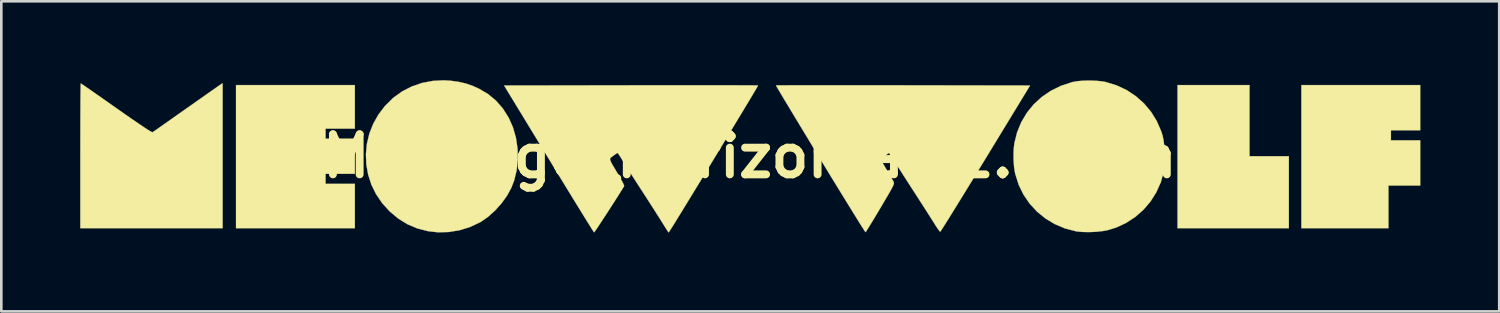
<source format=kicad_pcb>
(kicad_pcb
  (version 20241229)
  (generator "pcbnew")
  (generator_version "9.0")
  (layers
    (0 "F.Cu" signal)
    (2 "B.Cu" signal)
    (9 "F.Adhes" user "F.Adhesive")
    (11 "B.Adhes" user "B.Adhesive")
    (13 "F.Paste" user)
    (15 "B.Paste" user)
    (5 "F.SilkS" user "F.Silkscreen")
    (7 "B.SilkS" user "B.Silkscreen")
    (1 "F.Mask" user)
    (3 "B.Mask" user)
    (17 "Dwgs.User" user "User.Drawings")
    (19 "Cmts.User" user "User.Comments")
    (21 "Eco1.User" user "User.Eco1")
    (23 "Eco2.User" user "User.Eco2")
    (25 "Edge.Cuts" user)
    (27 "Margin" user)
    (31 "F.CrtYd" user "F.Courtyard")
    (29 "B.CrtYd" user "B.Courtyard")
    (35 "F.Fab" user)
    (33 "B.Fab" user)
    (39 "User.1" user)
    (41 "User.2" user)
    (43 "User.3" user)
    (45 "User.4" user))
  (footprint "MW_Logo_Horizontal_2.0inch"
    (layer "F.Cu")
    (at 25.469 2.892)
    (property "Reference" "MW_Logo_Horizontal_2.0inch" (at 0 0 0) (layer "F.SilkS") (effects (font (size 1.524 1.524) (thickness 0.3))))
    (attr through_hole)
    (fp_poly (pts (xy 19.002 0) (xy 20.498 0) (xy 20.498 2.737) (xy 16.265 2.737) (xy 16.265 -2.706) (xy 19.002 -2.706) (xy 19.002 0)) (stroke (width 0.01) (type solid)) (fill yes) (layer "F.SilkS"))
    (fp_poly (pts (xy 25.495 -0.987) (xy 24.381 -0.987) (xy 24.381 -0.605) (xy 25.495 -0.605) (xy 25.495 1.114) (xy 24.286 1.114) (xy 24.286 2.737) (xy 20.976 2.737) (xy 20.976 -2.706) (xy 25.495 -2.706) (xy 25.495 -0.987)) (stroke (width 0.01) (type solid)) (fill yes) (layer "F.SilkS"))
    (fp_poly (pts (xy -15.024 -1.05) (xy -16.138 -1.05) (xy -16.138 -0.668) (xy -15.024 -0.668) (xy -15.024 0.668) (xy -16.138 0.668) (xy -16.138 1.05) (xy -15.024 1.05) (xy -15.024 2.737) (xy -19.543 2.737) (xy -19.543 -2.706) (xy -15.024 -2.706) (xy -15.024 -1.05)) (stroke (width 0.01) (type solid)) (fill yes) (layer "F.SilkS"))
    (fp_poly (pts (xy -20.053 2.737) (xy -25.464 2.737) (xy -25.464 -0.016) (xy -25.463 -0.428) (xy -25.463 -0.822) (xy -25.462 -1.193) (xy -25.461 -1.535) (xy -25.459 -1.846) (xy -25.458 -2.119) (xy -25.456 -2.35) (xy -25.453 -2.535) (xy -25.451 -2.67) (xy -25.449 -2.749) (xy -25.447 -2.769) (xy -25.418 -2.751) (xy -25.342 -2.7) (xy -25.225 -2.619) (xy -25.07 -2.512) (xy -24.883 -2.381) (xy -24.668 -2.232) (xy -24.431 -2.065) (xy -24.177 -1.887) (xy -24.094 -1.828) (xy -23.772 -1.602) (xy -23.488 -1.405) (xy -23.246 -1.24) (xy -23.048 -1.106) (xy -22.894 -1.006) (xy -22.787 -0.941) (xy -22.729 -0.912) (xy -22.719 -0.911) (xy -22.685 -0.934) (xy -22.605 -0.989) (xy -22.483 -1.074) (xy -22.326 -1.185) (xy -22.137 -1.317) (xy -21.923 -1.468) (xy -21.689 -1.633) (xy -21.453 -1.799) (xy -21.202 -1.975) (xy -20.965 -2.142) (xy -20.747 -2.295) (xy -20.554 -2.431) (xy -20.391 -2.545) (xy -20.264 -2.634) (xy -20.178 -2.694) (xy -20.14 -2.719) (xy -20.053 -2.776) (xy -20.053 2.737)) (stroke (width 0.01) (type solid)) (fill yes) (layer "F.SilkS"))
    (fp_poly (pts (xy -11.369 -2.87) (xy -11.06 -2.826) (xy -10.789 -2.762) (xy -10.531 -2.671) (xy -10.297 -2.565) (xy -9.953 -2.361) (xy -9.653 -2.112) (xy -9.395 -1.816) (xy -9.176 -1.47) (xy -9.17 -1.459) (xy -9.007 -1.09) (xy -8.895 -0.695) (xy -8.835 -0.284) (xy -8.827 0.13) (xy -8.871 0.539) (xy -8.968 0.932) (xy -9.072 1.201) (xy -9.234 1.497) (xy -9.443 1.788) (xy -9.686 2.06) (xy -9.951 2.299) (xy -10.225 2.491) (xy -10.257 2.509) (xy -10.635 2.688) (xy -11.036 2.813) (xy -11.451 2.882) (xy -11.868 2.892) (xy -12.238 2.85) (xy -12.643 2.747) (xy -13.017 2.589) (xy -13.366 2.375) (xy -13.694 2.102) (xy -13.701 2.096) (xy -13.987 1.78) (xy -14.218 1.439) (xy -14.396 1.076) (xy -14.518 0.697) (xy -14.587 0.309) (xy -14.602 -0.083) (xy -14.564 -0.474) (xy -14.472 -0.858) (xy -14.326 -1.23) (xy -14.128 -1.583) (xy -13.877 -1.912) (xy -13.573 -2.212) (xy -13.548 -2.233) (xy -13.219 -2.469) (xy -12.856 -2.654) (xy -12.467 -2.787) (xy -12.058 -2.865) (xy -11.639 -2.887) (xy -11.369 -2.87)) (stroke (width 0.01) (type solid)) (fill yes) (layer "F.SilkS"))
    (fp_poly (pts (xy 13.199 -2.868) (xy 13.424 -2.843) (xy 13.54 -2.821) (xy 13.951 -2.694) (xy 14.333 -2.514) (xy 14.68 -2.284) (xy 14.99 -2.008) (xy 15.256 -1.691) (xy 15.476 -1.337) (xy 15.644 -0.949) (xy 15.693 -0.796) (xy 15.735 -0.601) (xy 15.765 -0.365) (xy 15.782 -0.107) (xy 15.784 0.151) (xy 15.771 0.39) (xy 15.745 0.58) (xy 15.629 0.989) (xy 15.458 1.371) (xy 15.237 1.721) (xy 14.97 2.034) (xy 14.661 2.306) (xy 14.315 2.533) (xy 13.936 2.709) (xy 13.639 2.803) (xy 13.428 2.845) (xy 13.18 2.872) (xy 12.92 2.885) (xy 12.669 2.881) (xy 12.449 2.861) (xy 12.393 2.852) (xy 11.978 2.742) (xy 11.591 2.578) (xy 11.237 2.364) (xy 10.919 2.104) (xy 10.642 1.803) (xy 10.41 1.465) (xy 10.227 1.094) (xy 10.099 0.694) (xy 10.076 0.595) (xy 10.048 0.402) (xy 10.032 0.171) (xy 10.028 -0.072) (xy 10.037 -0.302) (xy 10.06 -0.495) (xy 10.06 -0.495) (xy 10.164 -0.911) (xy 10.324 -1.298) (xy 10.535 -1.653) (xy 10.795 -1.972) (xy 11.098 -2.251) (xy 11.443 -2.487) (xy 11.825 -2.675) (xy 12.24 -2.813) (xy 12.279 -2.823) (xy 12.469 -2.856) (xy 12.701 -2.874) (xy 12.951 -2.878) (xy 13.199 -2.868)) (stroke (width 0.01) (type solid)) (fill yes) (layer "F.SilkS"))
    (fp_poly (pts (xy 3.614 -2.7) (xy 4.092 -2.7) (xy 4.596 -2.699) (xy 5.122 -2.699) (xy 5.666 -2.698) (xy 5.832 -2.698) (xy 10.656 -2.69) (xy 8.962 0.091) (xy 8.727 0.474) (xy 8.502 0.843) (xy 8.288 1.192) (xy 8.088 1.518) (xy 7.903 1.817) (xy 7.736 2.087) (xy 7.59 2.323) (xy 7.466 2.521) (xy 7.367 2.679) (xy 7.294 2.792) (xy 7.251 2.857) (xy 7.239 2.872) (xy 7.213 2.847) (xy 7.161 2.778) (xy 7.091 2.676) (xy 7.015 2.555) (xy 6.948 2.449) (xy 6.853 2.299) (xy 6.735 2.114) (xy 6.601 1.905) (xy 6.455 1.679) (xy 6.306 1.447) (xy 6.232 1.333) (xy 6.084 1.104) (xy 5.939 0.878) (xy 5.803 0.666) (xy 5.681 0.475) (xy 5.58 0.316) (xy 5.506 0.196) (xy 5.479 0.151) (xy 5.407 0.035) (xy 5.348 -0.057) (xy 5.309 -0.114) (xy 5.297 -0.127) (xy 5.266 -0.109) (xy 5.201 -0.062) (xy 5.125 -0.003) (xy 4.968 0.121) (xy 5.193 0.498) (xy 5.279 0.644) (xy 5.357 0.778) (xy 5.419 0.885) (xy 5.458 0.954) (xy 5.463 0.963) (xy 5.474 0.988) (xy 5.479 1.015) (xy 5.474 1.051) (xy 5.457 1.101) (xy 5.424 1.171) (xy 5.373 1.267) (xy 5.301 1.395) (xy 5.204 1.561) (xy 5.08 1.771) (xy 4.965 1.965) (xy 4.835 2.184) (xy 4.715 2.384) (xy 4.608 2.559) (xy 4.519 2.703) (xy 4.452 2.81) (xy 4.411 2.873) (xy 4.399 2.888) (xy 4.38 2.862) (xy 4.33 2.786) (xy 4.251 2.662) (xy 4.146 2.495) (xy 4.017 2.287) (xy 3.866 2.043) (xy 3.695 1.766) (xy 3.507 1.46) (xy 3.303 1.128) (xy 3.086 0.774) (xy 2.859 0.402) (xy 2.68 0.107) (xy 2.446 -0.277) (xy 2.222 -0.646) (xy 2.01 -0.996) (xy 1.812 -1.324) (xy 1.63 -1.625) (xy 1.467 -1.896) (xy 1.324 -2.133) (xy 1.204 -2.334) (xy 1.11 -2.493) (xy 1.042 -2.609) (xy 1.004 -2.676) (xy 0.995 -2.693) (xy 1.028 -2.694) (xy 1.121 -2.696) (xy 1.271 -2.697) (xy 1.474 -2.698) (xy 1.726 -2.698) (xy 2.025 -2.699) (xy 2.367 -2.7) (xy 2.748 -2.7) (xy 3.165 -2.7) (xy 3.614 -2.7)) (stroke (width 0.01) (type solid)) (fill yes) (layer "F.SilkS"))
    (fp_poly (pts (xy -1.563 -2.7) (xy -1.17 -2.699) (xy -0.817 -2.699) (xy -0.505 -2.698) (xy -0.238 -2.697) (xy -0.02 -2.696) (xy 0.146 -2.695) (xy 0.256 -2.694) (xy 0.307 -2.692) (xy 0.311 -2.692) (xy 0.296 -2.664) (xy 0.252 -2.585) (xy 0.179 -2.462) (xy 0.081 -2.297) (xy -0.04 -2.095) (xy -0.181 -1.861) (xy -0.338 -1.6) (xy -0.511 -1.314) (xy -0.695 -1.01) (xy -0.889 -0.69) (xy -1.089 -0.36) (xy -1.293 -0.024) (xy -1.498 0.313) (xy -1.702 0.648) (xy -1.902 0.976) (xy -2.095 1.292) (xy -2.278 1.592) (xy -2.45 1.872) (xy -2.606 2.127) (xy -2.746 2.353) (xy -2.865 2.546) (xy -2.961 2.701) (xy -3.032 2.814) (xy -3.075 2.88) (xy -3.087 2.896) (xy -3.109 2.87) (xy -3.157 2.801) (xy -3.222 2.699) (xy -3.292 2.586) (xy -3.356 2.484) (xy -3.448 2.337) (xy -3.564 2.155) (xy -3.697 1.947) (xy -3.842 1.721) (xy -3.993 1.486) (xy -4.09 1.337) (xy -4.24 1.105) (xy -4.387 0.878) (xy -4.523 0.664) (xy -4.645 0.473) (xy -4.746 0.312) (xy -4.822 0.191) (xy -4.856 0.135) (xy -4.925 0.023) (xy -4.983 -0.066) (xy -5.022 -0.118) (xy -5.032 -0.127) (xy -5.066 -0.109) (xy -5.134 -0.063) (xy -5.2 -0.014) (xy -5.252 0.024) (xy -5.291 0.055) (xy -5.314 0.086) (xy -5.317 0.125) (xy -5.3 0.181) (xy -5.261 0.262) (xy -5.196 0.376) (xy -5.104 0.531) (xy -5.015 0.681) (xy -4.93 0.827) (xy -4.86 0.955) (xy -4.809 1.055) (xy -4.783 1.116) (xy -4.781 1.128) (xy -4.8 1.165) (xy -4.849 1.246) (xy -4.923 1.364) (xy -5.015 1.511) (xy -5.123 1.68) (xy -5.239 1.862) (xy -5.361 2.05) (xy -5.482 2.237) (xy -5.598 2.414) (xy -5.704 2.575) (xy -5.794 2.711) (xy -5.864 2.814) (xy -5.909 2.878) (xy -5.924 2.895) (xy -5.943 2.869) (xy -5.993 2.792) (xy -6.071 2.667) (xy -6.176 2.499) (xy -6.305 2.291) (xy -6.456 2.046) (xy -6.627 1.769) (xy -6.815 1.462) (xy -7.019 1.13) (xy -7.235 0.775) (xy -7.463 0.403) (xy -7.645 0.103) (xy -9.347 -2.69) (xy -4.525 -2.698) (xy -3.976 -2.698) (xy -3.445 -2.699) (xy -2.934 -2.7) (xy -2.448 -2.7) (xy -1.99 -2.7) (xy -1.563 -2.7)) (stroke (width 0.01) (type solid)) (fill yes) (layer "F.SilkS")))
  (gr_rect
    (start -3 -3)
    (end 53.969 8.793)
    (stroke (width 0.1) (type default))
    (fill no)
    (layer "Edge.Cuts")))
</source>
